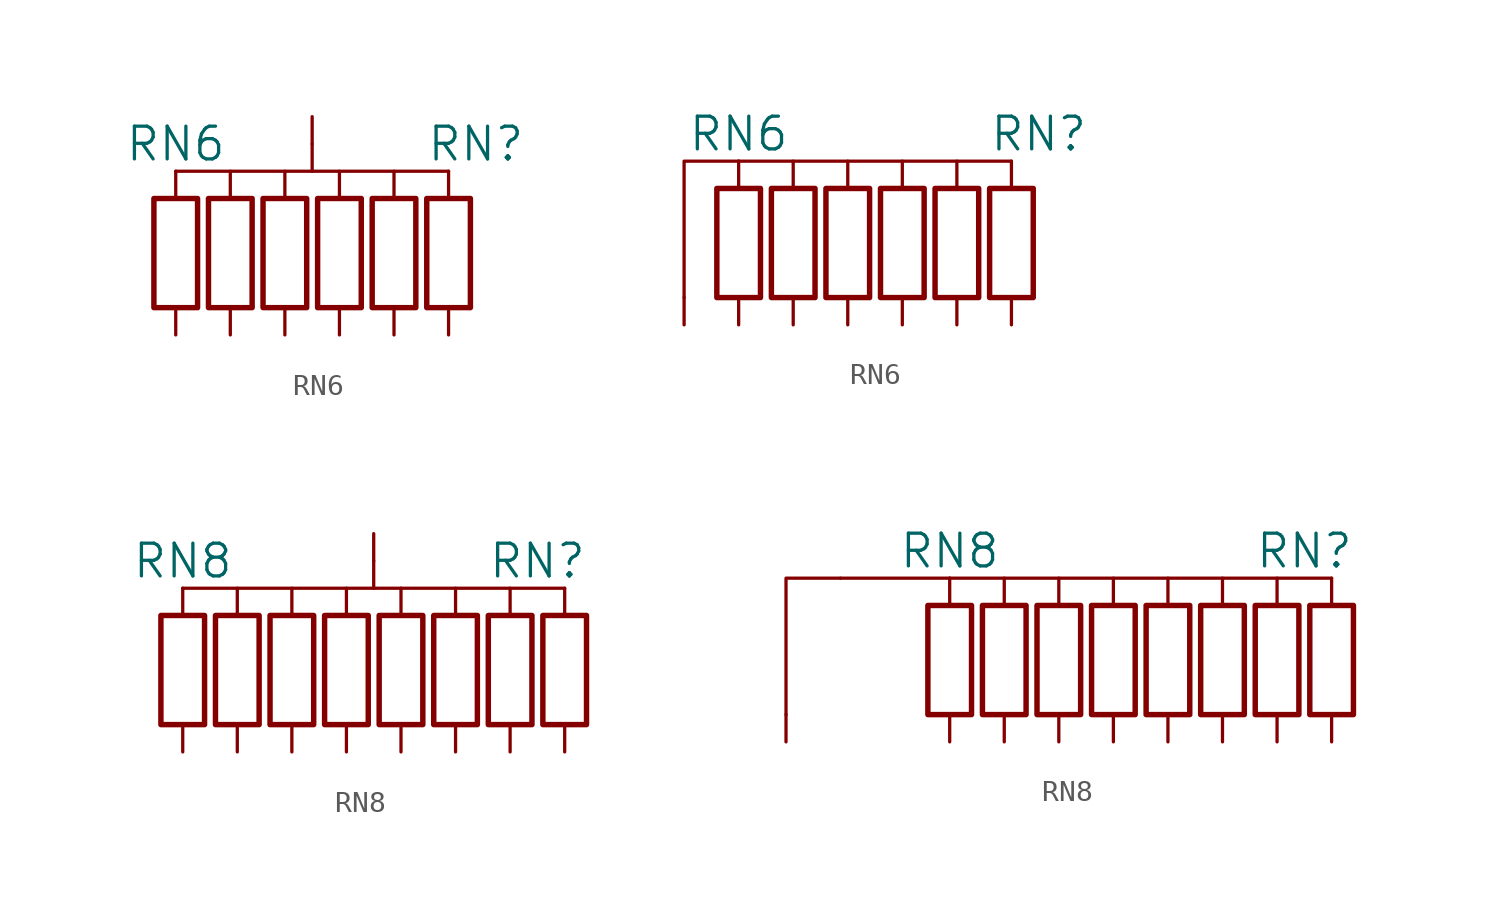
<source format=kicad_sym>
(kicad_symbol_lib
  (version 20211014)
  (generator kicad_symbol_editor)
  (symbol "RN6"
    (pin_numbers hide)
    (pin_names
      (offset 1.016) hide)
    (property "Reference" "RN"
      (at 7.62 5.08 0)
      (effects (font (size 1.524 1.524))))
    (property "Value" "RN6"
      (at -6.35 5.08 0)
      (effects (font (size 1.524 1.524))))
    (symbol "RN6_0_1"
      (polyline (pts (xy -6.35 2.54) (xy -6.35 3.81)) (stroke (width 0) (type default) (color 0 0 0 0)) (fill (type none)))
      (polyline (pts (xy -6.35 3.81) (xy 6.35 3.81)) (stroke (width 0) (type default) (color 0 0 0 0)) (fill (type none)))
      (polyline (pts (xy -3.81 2.54) (xy -3.81 3.81)) (stroke (width 0) (type default) (color 0 0 0 0)) (fill (type none)))
      (polyline (pts (xy -1.27 2.54) (xy -1.27 3.81)) (stroke (width 0) (type default) (color 0 0 0 0)) (fill (type none)))
      (polyline (pts (xy 0 5.08) (xy 0 3.81)) (stroke (width 0) (type default) (color 0 0 0 0)) (fill (type none)))
      (polyline (pts (xy 1.27 2.54) (xy 1.27 3.81)) (stroke (width 0) (type default) (color 0 0 0 0)) (fill (type none)))
      (polyline (pts (xy 3.81 2.54) (xy 3.81 3.81)) (stroke (width 0) (type default) (color 0 0 0 0)) (fill (type none)))
      (polyline (pts (xy 6.35 2.54) (xy 6.35 3.81)) (stroke (width 0) (type default) (color 0 0 0 0)) (fill (type none))))
    (symbol "RN6_0_2"
      (polyline (pts (xy -6.35 3.81) (xy 6.35 3.81)) (stroke (width 0) (type default) (color 0 0 0 0)) (fill (type none)))
      (polyline (pts (xy -6.35 3.81) (xy -8.89 3.81) (xy -8.89 -2.54)) (stroke (width 0) (type default) (color 0 0 0 0)) (fill (type none))))
    (symbol "RN6_1_1"
      (rectangle (start -7.366 -2.54) (end -5.334 2.54) (stroke (width 0.254) (type default) (color 0 0 0 0)) (fill (type none)))
      (rectangle (start -4.826 -2.54) (end -2.794 2.54) (stroke (width 0.254) (type default) (color 0 0 0 0)) (fill (type none)))
      (rectangle (start -2.286 -2.54) (end -0.254 2.54) (stroke (width 0.254) (type default) (color 0 0 0 0)) (fill (type none)))
      (rectangle (start 0.254 -2.54) (end 2.286 2.54) (stroke (width 0.254) (type default) (color 0 0 0 0)) (fill (type none)))
      (rectangle (start 2.794 -2.54) (end 4.826 2.54) (stroke (width 0.254) (type default) (color 0 0 0 0)) (fill (type none)))
      (rectangle (start 5.334 -2.54) (end 7.366 2.54) (stroke (width 0.254) (type default) (color 0 0 0 0)) (fill (type none)))
      (pin passive line (at 0 6.35 270) (length 1.27) (name "~" (effects (font (size 1.27 1.27)))) (number "1" (effects (font (size 1.27 1.27)))))
      (pin passive line (at -6.35 -3.81 90) (length 1.27) (name "~" (effects (font (size 1.27 1.27)))) (number "2" (effects (font (size 1.27 1.27)))))
      (pin passive line (at -3.81 -3.81 90) (length 1.27) (name "~" (effects (font (size 1.27 1.27)))) (number "3" (effects (font (size 1.27 1.27)))))
      (pin passive line (at -1.27 -3.81 90) (length 1.27) (name "~" (effects (font (size 1.27 1.27)))) (number "4" (effects (font (size 1.27 1.27)))))
      (pin passive line (at 1.27 -3.81 90) (length 1.27) (name "~" (effects (font (size 1.27 1.27)))) (number "5" (effects (font (size 1.27 1.27)))))
      (pin passive line (at 3.81 -3.81 90) (length 1.27) (name "~" (effects (font (size 1.27 1.27)))) (number "6" (effects (font (size 1.27 1.27)))))
      (pin passive line (at 6.35 -3.81 90) (length 1.27) (name "~" (effects (font (size 1.27 1.27)))) (number "7" (effects (font (size 1.27 1.27))))))
    (symbol "RN6_1_2"
      (rectangle (start -7.366 -2.54) (end -5.334 2.54) (stroke (width 0.254) (type default) (color 0 0 0 0)) (fill (type none)))
      (rectangle (start -4.826 -2.54) (end -2.794 2.54) (stroke (width 0.254) (type default) (color 0 0 0 0)) (fill (type none)))
      (rectangle (start -2.286 -2.54) (end -0.254 2.54) (stroke (width 0.254) (type default) (color 0 0 0 0)) (fill (type none)))
      (polyline (pts (xy -6.35 2.54) (xy -6.35 3.81)) (stroke (width 0) (type default) (color 0 0 0 0)) (fill (type none)))
      (polyline (pts (xy -3.81 2.54) (xy -3.81 3.81)) (stroke (width 0) (type default) (color 0 0 0 0)) (fill (type none)))
      (polyline (pts (xy -1.27 2.54) (xy -1.27 3.81)) (stroke (width 0) (type default) (color 0 0 0 0)) (fill (type none)))
      (polyline (pts (xy 1.27 2.54) (xy 1.27 3.81)) (stroke (width 0) (type default) (color 0 0 0 0)) (fill (type none)))
      (polyline (pts (xy 3.81 2.54) (xy 3.81 3.81)) (stroke (width 0) (type default) (color 0 0 0 0)) (fill (type none)))
      (polyline (pts (xy 6.35 2.54) (xy 6.35 3.81)) (stroke (width 0) (type default) (color 0 0 0 0)) (fill (type none)))
      (rectangle (start 0.254 -2.54) (end 2.286 2.54) (stroke (width 0.254) (type default) (color 0 0 0 0)) (fill (type none)))
      (rectangle (start 2.794 -2.54) (end 4.826 2.54) (stroke (width 0.254) (type default) (color 0 0 0 0)) (fill (type none)))
      (rectangle (start 5.334 -2.54) (end 7.366 2.54) (stroke (width 0.254) (type default) (color 0 0 0 0)) (fill (type none)))
      (pin passive line (at -8.89 -3.81 90) (length 1.27) (name "~" (effects (font (size 1.27 1.27)))) (number "1" (effects (font (size 1.27 1.27)))))
      (pin passive line (at -6.35 -3.81 90) (length 1.27) (name "~" (effects (font (size 1.27 1.27)))) (number "2" (effects (font (size 1.27 1.27)))))
      (pin passive line (at -3.81 -3.81 90) (length 1.27) (name "~" (effects (font (size 1.27 1.27)))) (number "3" (effects (font (size 1.27 1.27)))))
      (pin passive line (at -1.27 -3.81 90) (length 1.27) (name "~" (effects (font (size 1.27 1.27)))) (number "4" (effects (font (size 1.27 1.27)))))
      (pin passive line (at 1.27 -3.81 90) (length 1.27) (name "~" (effects (font (size 1.27 1.27)))) (number "5" (effects (font (size 1.27 1.27)))))
      (pin passive line (at 3.81 -3.81 90) (length 1.27) (name "~" (effects (font (size 1.27 1.27)))) (number "6" (effects (font (size 1.27 1.27)))))
      (pin passive line (at 6.35 -3.81 90) (length 1.27) (name "~" (effects (font (size 1.27 1.27)))) (number "7" (effects (font (size 1.27 1.27)))))))
  (symbol "RN8"
    (pin_numbers hide)
    (pin_names
      (offset 1.016) hide)
    (property "Reference" "RN"
      (at 7.62 5.08 0)
      (effects (font (size 1.524 1.524))))
    (property "Value" "RN8"
      (at -8.89 5.08 0)
      (effects (font (size 1.524 1.524))))
    (symbol "RN8_0_1"
      (polyline (pts (xy -8.89 2.54) (xy -8.89 3.81)) (stroke (width 0) (type default) (color 0 0 0 0)) (fill (type none)))
      (polyline (pts (xy -6.35 2.54) (xy -6.35 3.81)) (stroke (width 0) (type default) (color 0 0 0 0)) (fill (type none)))
      (polyline (pts (xy -3.81 2.54) (xy -3.81 3.81)) (stroke (width 0) (type default) (color 0 0 0 0)) (fill (type none)))
      (polyline (pts (xy -1.27 2.54) (xy -1.27 3.81)) (stroke (width 0) (type default) (color 0 0 0 0)) (fill (type none)))
      (polyline (pts (xy 0 5.08) (xy 0 3.81)) (stroke (width 0) (type default) (color 0 0 0 0)) (fill (type none)))
      (polyline (pts (xy 1.27 2.54) (xy 1.27 3.81)) (stroke (width 0) (type default) (color 0 0 0 0)) (fill (type none)))
      (polyline (pts (xy 3.81 2.54) (xy 3.81 3.81)) (stroke (width 0) (type default) (color 0 0 0 0)) (fill (type none)))
      (polyline (pts (xy 6.35 2.54) (xy 6.35 3.81)) (stroke (width 0) (type default) (color 0 0 0 0)) (fill (type none)))
      (polyline (pts (xy 8.89 2.54) (xy 8.89 3.81)) (stroke (width 0) (type default) (color 0 0 0 0)) (fill (type none)))
      (polyline (pts (xy 8.89 3.81) (xy -8.89 3.81)) (stroke (width 0) (type default) (color 0 0 0 0)) (fill (type none))))
    (symbol "RN8_0_2"
      (polyline (pts (xy -13.97 3.81) (xy -8.89 3.81)) (stroke (width 0) (type default) (color 0 0 0 0)) (fill (type none)))
      (polyline (pts (xy -13.97 3.81) (xy -16.51 3.81) (xy -16.51 -2.54)) (stroke (width 0) (type default) (color 0 0 0 0)) (fill (type none))))
    (symbol "RN8_1_1"
      (rectangle (start -9.906 -2.54) (end -7.874 2.54) (stroke (width 0.254) (type default) (color 0 0 0 0)) (fill (type none)))
      (rectangle (start -7.366 -2.54) (end -5.334 2.54) (stroke (width 0.254) (type default) (color 0 0 0 0)) (fill (type none)))
      (rectangle (start -4.826 -2.54) (end -2.794 2.54) (stroke (width 0.254) (type default) (color 0 0 0 0)) (fill (type none)))
      (rectangle (start -2.286 -2.54) (end -0.254 2.54) (stroke (width 0.254) (type default) (color 0 0 0 0)) (fill (type none)))
      (rectangle (start 0.254 -2.54) (end 2.286 2.54) (stroke (width 0.254) (type default) (color 0 0 0 0)) (fill (type none)))
      (rectangle (start 2.794 -2.54) (end 4.826 2.54) (stroke (width 0.254) (type default) (color 0 0 0 0)) (fill (type none)))
      (rectangle (start 5.334 -2.54) (end 7.366 2.54) (stroke (width 0.254) (type default) (color 0 0 0 0)) (fill (type none)))
      (rectangle (start 7.874 -2.54) (end 9.906 2.54) (stroke (width 0.254) (type default) (color 0 0 0 0)) (fill (type none)))
      (pin passive line (at 0 6.35 270) (length 1.27) (name "~" (effects (font (size 1.27 1.27)))) (number "1" (effects (font (size 1.27 1.27)))))
      (pin passive line (at -8.89 -3.81 90) (length 1.27) (name "~" (effects (font (size 1.27 1.27)))) (number "2" (effects (font (size 1.27 1.27)))))
      (pin passive line (at -6.35 -3.81 90) (length 1.27) (name "~" (effects (font (size 1.27 1.27)))) (number "3" (effects (font (size 1.27 1.27)))))
      (pin passive line (at -3.81 -3.81 90) (length 1.27) (name "~" (effects (font (size 1.27 1.27)))) (number "4" (effects (font (size 1.27 1.27)))))
      (pin passive line (at -1.27 -3.81 90) (length 1.27) (name "~" (effects (font (size 1.27 1.27)))) (number "5" (effects (font (size 1.27 1.27)))))
      (pin passive line (at 1.27 -3.81 90) (length 1.27) (name "~" (effects (font (size 1.27 1.27)))) (number "6" (effects (font (size 1.27 1.27)))))
      (pin passive line (at 3.81 -3.81 90) (length 1.27) (name "~" (effects (font (size 1.27 1.27)))) (number "7" (effects (font (size 1.27 1.27)))))
      (pin passive line (at 6.35 -3.81 90) (length 1.27) (name "~" (effects (font (size 1.27 1.27)))) (number "8" (effects (font (size 1.27 1.27)))))
      (pin passive line (at 8.89 -3.81 90) (length 1.27) (name "~" (effects (font (size 1.27 1.27)))) (number "9" (effects (font (size 1.27 1.27))))))
    (symbol "RN8_1_2"
      (rectangle (start -9.906 -2.54) (end -7.874 2.54) (stroke (width 0.254) (type default) (color 0 0 0 0)) (fill (type none)))
      (rectangle (start -7.366 -2.54) (end -5.334 2.54) (stroke (width 0.254) (type default) (color 0 0 0 0)) (fill (type none)))
      (rectangle (start -4.826 -2.54) (end -2.794 2.54) (stroke (width 0.254) (type default) (color 0 0 0 0)) (fill (type none)))
      (rectangle (start -2.286 -2.54) (end -0.254 2.54) (stroke (width 0.254) (type default) (color 0 0 0 0)) (fill (type none)))
      (polyline (pts (xy -8.89 2.54) (xy -8.89 3.81)) (stroke (width 0) (type default) (color 0 0 0 0)) (fill (type none)))
      (polyline (pts (xy -6.35 2.54) (xy -6.35 3.81)) (stroke (width 0) (type default) (color 0 0 0 0)) (fill (type none)))
      (polyline (pts (xy -3.81 2.54) (xy -3.81 3.81)) (stroke (width 0) (type default) (color 0 0 0 0)) (fill (type none)))
      (polyline (pts (xy -1.27 2.54) (xy -1.27 3.81)) (stroke (width 0) (type default) (color 0 0 0 0)) (fill (type none)))
      (polyline (pts (xy 1.27 2.54) (xy 1.27 3.81)) (stroke (width 0) (type default) (color 0 0 0 0)) (fill (type none)))
      (polyline (pts (xy 3.81 2.54) (xy 3.81 3.81)) (stroke (width 0) (type default) (color 0 0 0 0)) (fill (type none)))
      (polyline (pts (xy 6.35 2.54) (xy 6.35 3.81)) (stroke (width 0) (type default) (color 0 0 0 0)) (fill (type none)))
      (polyline (pts (xy 8.89 2.54) (xy 8.89 3.81)) (stroke (width 0) (type default) (color 0 0 0 0)) (fill (type none)))
      (polyline (pts (xy 8.89 3.81) (xy -8.89 3.81)) (stroke (width 0) (type default) (color 0 0 0 0)) (fill (type none)))
      (rectangle (start 0.254 -2.54) (end 2.286 2.54) (stroke (width 0.254) (type default) (color 0 0 0 0)) (fill (type none)))
      (rectangle (start 2.794 -2.54) (end 4.826 2.54) (stroke (width 0.254) (type default) (color 0 0 0 0)) (fill (type none)))
      (rectangle (start 5.334 -2.54) (end 7.366 2.54) (stroke (width 0.254) (type default) (color 0 0 0 0)) (fill (type none)))
      (rectangle (start 7.874 -2.54) (end 9.906 2.54) (stroke (width 0.254) (type default) (color 0 0 0 0)) (fill (type none)))
      (pin passive line (at -16.51 -3.81 90) (length 1.27) (name "~" (effects (font (size 1.27 1.27)))) (number "1" (effects (font (size 1.27 1.27)))))
      (pin passive line (at -8.89 -3.81 90) (length 1.27) (name "~" (effects (font (size 1.27 1.27)))) (number "2" (effects (font (size 1.27 1.27)))))
      (pin passive line (at -6.35 -3.81 90) (length 1.27) (name "~" (effects (font (size 1.27 1.27)))) (number "3" (effects (font (size 1.27 1.27)))))
      (pin passive line (at -3.81 -3.81 90) (length 1.27) (name "~" (effects (font (size 1.27 1.27)))) (number "4" (effects (font (size 1.27 1.27)))))
      (pin passive line (at -1.27 -3.81 90) (length 1.27) (name "~" (effects (font (size 1.27 1.27)))) (number "5" (effects (font (size 1.27 1.27)))))
      (pin passive line (at 1.27 -3.81 90) (length 1.27) (name "~" (effects (font (size 1.27 1.27)))) (number "6" (effects (font (size 1.27 1.27)))))
      (pin passive line (at 3.81 -3.81 90) (length 1.27) (name "~" (effects (font (size 1.27 1.27)))) (number "7" (effects (font (size 1.27 1.27)))))
      (pin passive line (at 6.35 -3.81 90) (length 1.27) (name "~" (effects (font (size 1.27 1.27)))) (number "8" (effects (font (size 1.27 1.27)))))
      (pin passive line (at 8.89 -3.81 90) (length 1.27) (name "~" (effects (font (size 1.27 1.27)))) (number "9" (effects (font (size 1.27 1.27))))))))
</source>
